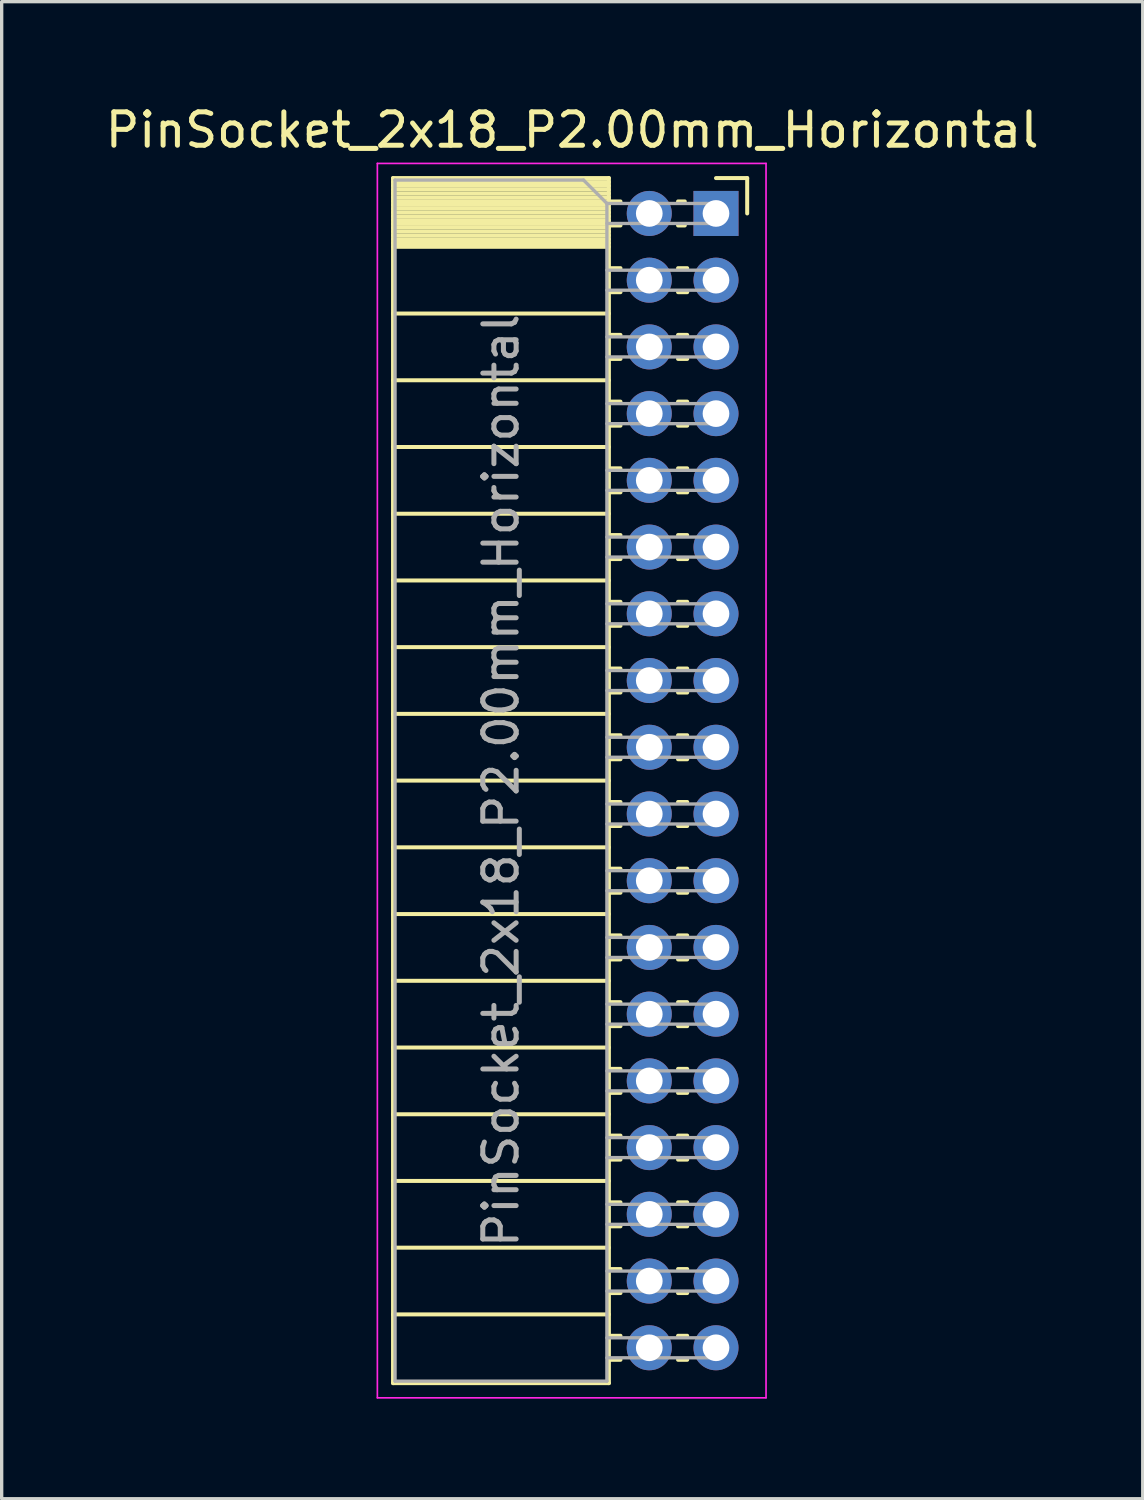
<source format=kicad_pcb>
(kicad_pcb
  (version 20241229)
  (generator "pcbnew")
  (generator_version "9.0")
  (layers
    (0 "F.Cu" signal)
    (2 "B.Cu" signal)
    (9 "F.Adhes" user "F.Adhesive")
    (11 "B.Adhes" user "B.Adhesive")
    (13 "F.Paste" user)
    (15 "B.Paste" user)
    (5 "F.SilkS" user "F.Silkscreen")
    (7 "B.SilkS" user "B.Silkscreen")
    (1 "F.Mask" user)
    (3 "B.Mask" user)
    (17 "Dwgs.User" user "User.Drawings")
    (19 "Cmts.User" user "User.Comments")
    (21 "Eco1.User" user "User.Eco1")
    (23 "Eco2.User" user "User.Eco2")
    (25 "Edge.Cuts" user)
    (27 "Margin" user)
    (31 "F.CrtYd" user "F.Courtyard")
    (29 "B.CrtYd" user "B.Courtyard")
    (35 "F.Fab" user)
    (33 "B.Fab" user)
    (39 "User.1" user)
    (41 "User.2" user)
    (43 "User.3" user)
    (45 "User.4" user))
  (footprint "PinSocket_2x18_P2.00mm_Horizontal"
    (layer "F.Cu")
    (at 18.411 3.348)
    (property "Reference" "PinSocket_2x18_P2.00mm_Horizontal" (at -4.31 -2.5 0) (layer "F.SilkS") (effects (font (size 1 1) (thickness 0.15))))
    (attr through_hole)
    (fp_line (start -9.68 -1.06) (end -9.68 35.06) (stroke (width 0.12) (type solid)) (layer "F.SilkS"))
    (fp_line (start -9.68 -1.06) (end -3.21 -1.06) (stroke (width 0.12) (type solid)) (layer "F.SilkS"))
    (fp_line (start -9.68 -0.94) (end -3.21 -0.94) (stroke (width 0.12) (type solid)) (layer "F.SilkS"))
    (fp_line (start -9.68 -0.826) (end -3.21 -0.826) (stroke (width 0.12) (type solid)) (layer "F.SilkS"))
    (fp_line (start -9.68 -0.712) (end -3.21 -0.712) (stroke (width 0.12) (type solid)) (layer "F.SilkS"))
    (fp_line (start -9.68 -0.598) (end -3.21 -0.598) (stroke (width 0.12) (type solid)) (layer "F.SilkS"))
    (fp_line (start -9.68 -0.484) (end -3.21 -0.484) (stroke (width 0.12) (type solid)) (layer "F.SilkS"))
    (fp_line (start -9.68 -0.369) (end -3.21 -0.369) (stroke (width 0.12) (type solid)) (layer "F.SilkS"))
    (fp_line (start -9.68 -0.255) (end -3.21 -0.255) (stroke (width 0.12) (type solid)) (layer "F.SilkS"))
    (fp_line (start -9.68 -0.141) (end -3.21 -0.141) (stroke (width 0.12) (type solid)) (layer "F.SilkS"))
    (fp_line (start -9.68 -0.027) (end -3.21 -0.027) (stroke (width 0.12) (type solid)) (layer "F.SilkS"))
    (fp_line (start -9.68 0.087) (end -3.21 0.087) (stroke (width 0.12) (type solid)) (layer "F.SilkS"))
    (fp_line (start -9.68 0.201) (end -3.21 0.201) (stroke (width 0.12) (type solid)) (layer "F.SilkS"))
    (fp_line (start -9.68 0.315) (end -3.21 0.315) (stroke (width 0.12) (type solid)) (layer "F.SilkS"))
    (fp_line (start -9.68 0.429) (end -3.21 0.429) (stroke (width 0.12) (type solid)) (layer "F.SilkS"))
    (fp_line (start -9.68 0.544) (end -3.21 0.544) (stroke (width 0.12) (type solid)) (layer "F.SilkS"))
    (fp_line (start -9.68 0.658) (end -3.21 0.658) (stroke (width 0.12) (type solid)) (layer "F.SilkS"))
    (fp_line (start -9.68 0.772) (end -3.21 0.772) (stroke (width 0.12) (type solid)) (layer "F.SilkS"))
    (fp_line (start -9.68 0.886) (end -3.21 0.886) (stroke (width 0.12) (type solid)) (layer "F.SilkS"))
    (fp_line (start -9.68 1) (end -3.21 1) (stroke (width 0.12) (type solid)) (layer "F.SilkS"))
    (fp_line (start -9.68 3) (end -3.21 3) (stroke (width 0.12) (type solid)) (layer "F.SilkS"))
    (fp_line (start -9.68 5) (end -3.21 5) (stroke (width 0.12) (type solid)) (layer "F.SilkS"))
    (fp_line (start -9.68 7) (end -3.21 7) (stroke (width 0.12) (type solid)) (layer "F.SilkS"))
    (fp_line (start -9.68 9) (end -3.21 9) (stroke (width 0.12) (type solid)) (layer "F.SilkS"))
    (fp_line (start -9.68 11) (end -3.21 11) (stroke (width 0.12) (type solid)) (layer "F.SilkS"))
    (fp_line (start -9.68 13) (end -3.21 13) (stroke (width 0.12) (type solid)) (layer "F.SilkS"))
    (fp_line (start -9.68 15) (end -3.21 15) (stroke (width 0.12) (type solid)) (layer "F.SilkS"))
    (fp_line (start -9.68 17) (end -3.21 17) (stroke (width 0.12) (type solid)) (layer "F.SilkS"))
    (fp_line (start -9.68 19) (end -3.21 19) (stroke (width 0.12) (type solid)) (layer "F.SilkS"))
    (fp_line (start -9.68 21) (end -3.21 21) (stroke (width 0.12) (type solid)) (layer "F.SilkS"))
    (fp_line (start -9.68 23) (end -3.21 23) (stroke (width 0.12) (type solid)) (layer "F.SilkS"))
    (fp_line (start -9.68 25) (end -3.21 25) (stroke (width 0.12) (type solid)) (layer "F.SilkS"))
    (fp_line (start -9.68 27) (end -3.21 27) (stroke (width 0.12) (type solid)) (layer "F.SilkS"))
    (fp_line (start -9.68 29) (end -3.21 29) (stroke (width 0.12) (type solid)) (layer "F.SilkS"))
    (fp_line (start -9.68 31) (end -3.21 31) (stroke (width 0.12) (type solid)) (layer "F.SilkS"))
    (fp_line (start -9.68 33) (end -3.21 33) (stroke (width 0.12) (type solid)) (layer "F.SilkS"))
    (fp_line (start -9.68 35.06) (end -3.21 35.06) (stroke (width 0.12) (type solid)) (layer "F.SilkS"))
    (fp_line (start -3.21 -1.06) (end -3.21 35.06) (stroke (width 0.12) (type solid)) (layer "F.SilkS"))
    (fp_line (start -3.21 -0.36) (end -2.863 -0.36) (stroke (width 0.12) (type solid)) (layer "F.SilkS"))
    (fp_line (start -3.21 0.36) (end -2.863 0.36) (stroke (width 0.12) (type solid)) (layer "F.SilkS"))
    (fp_line (start -3.21 1.64) (end -2.863 1.64) (stroke (width 0.12) (type solid)) (layer "F.SilkS"))
    (fp_line (start -3.21 2.36) (end -2.863 2.36) (stroke (width 0.12) (type solid)) (layer "F.SilkS"))
    (fp_line (start -3.21 3.64) (end -2.863 3.64) (stroke (width 0.12) (type solid)) (layer "F.SilkS"))
    (fp_line (start -3.21 4.36) (end -2.863 4.36) (stroke (width 0.12) (type solid)) (layer "F.SilkS"))
    (fp_line (start -3.21 5.64) (end -2.863 5.64) (stroke (width 0.12) (type solid)) (layer "F.SilkS"))
    (fp_line (start -3.21 6.36) (end -2.863 6.36) (stroke (width 0.12) (type solid)) (layer "F.SilkS"))
    (fp_line (start -3.21 7.64) (end -2.863 7.64) (stroke (width 0.12) (type solid)) (layer "F.SilkS"))
    (fp_line (start -3.21 8.36) (end -2.863 8.36) (stroke (width 0.12) (type solid)) (layer "F.SilkS"))
    (fp_line (start -3.21 9.64) (end -2.863 9.64) (stroke (width 0.12) (type solid)) (layer "F.SilkS"))
    (fp_line (start -3.21 10.36) (end -2.863 10.36) (stroke (width 0.12) (type solid)) (layer "F.SilkS"))
    (fp_line (start -3.21 11.64) (end -2.863 11.64) (stroke (width 0.12) (type solid)) (layer "F.SilkS"))
    (fp_line (start -3.21 12.36) (end -2.863 12.36) (stroke (width 0.12) (type solid)) (layer "F.SilkS"))
    (fp_line (start -3.21 13.64) (end -2.863 13.64) (stroke (width 0.12) (type solid)) (layer "F.SilkS"))
    (fp_line (start -3.21 14.36) (end -2.863 14.36) (stroke (width 0.12) (type solid)) (layer "F.SilkS"))
    (fp_line (start -3.21 15.64) (end -2.863 15.64) (stroke (width 0.12) (type solid)) (layer "F.SilkS"))
    (fp_line (start -3.21 16.36) (end -2.863 16.36) (stroke (width 0.12) (type solid)) (layer "F.SilkS"))
    (fp_line (start -3.21 17.64) (end -2.863 17.64) (stroke (width 0.12) (type solid)) (layer "F.SilkS"))
    (fp_line (start -3.21 18.36) (end -2.863 18.36) (stroke (width 0.12) (type solid)) (layer "F.SilkS"))
    (fp_line (start -3.21 19.64) (end -2.863 19.64) (stroke (width 0.12) (type solid)) (layer "F.SilkS"))
    (fp_line (start -3.21 20.36) (end -2.863 20.36) (stroke (width 0.12) (type solid)) (layer "F.SilkS"))
    (fp_line (start -3.21 21.64) (end -2.863 21.64) (stroke (width 0.12) (type solid)) (layer "F.SilkS"))
    (fp_line (start -3.21 22.36) (end -2.863 22.36) (stroke (width 0.12) (type solid)) (layer "F.SilkS"))
    (fp_line (start -3.21 23.64) (end -2.863 23.64) (stroke (width 0.12) (type solid)) (layer "F.SilkS"))
    (fp_line (start -3.21 24.36) (end -2.863 24.36) (stroke (width 0.12) (type solid)) (layer "F.SilkS"))
    (fp_line (start -3.21 25.64) (end -2.863 25.64) (stroke (width 0.12) (type solid)) (layer "F.SilkS"))
    (fp_line (start -3.21 26.36) (end -2.863 26.36) (stroke (width 0.12) (type solid)) (layer "F.SilkS"))
    (fp_line (start -3.21 27.64) (end -2.863 27.64) (stroke (width 0.12) (type solid)) (layer "F.SilkS"))
    (fp_line (start -3.21 28.36) (end -2.863 28.36) (stroke (width 0.12) (type solid)) (layer "F.SilkS"))
    (fp_line (start -3.21 29.64) (end -2.863 29.64) (stroke (width 0.12) (type solid)) (layer "F.SilkS"))
    (fp_line (start -3.21 30.36) (end -2.863 30.36) (stroke (width 0.12) (type solid)) (layer "F.SilkS"))
    (fp_line (start -3.21 31.64) (end -2.863 31.64) (stroke (width 0.12) (type solid)) (layer "F.SilkS"))
    (fp_line (start -3.21 32.36) (end -2.863 32.36) (stroke (width 0.12) (type solid)) (layer "F.SilkS"))
    (fp_line (start -3.21 33.64) (end -2.863 33.64) (stroke (width 0.12) (type solid)) (layer "F.SilkS"))
    (fp_line (start -3.21 34.36) (end -2.863 34.36) (stroke (width 0.12) (type solid)) (layer "F.SilkS"))
    (fp_line (start -1.137 -0.36) (end -0.935 -0.36) (stroke (width 0.12) (type solid)) (layer "F.SilkS"))
    (fp_line (start -1.137 0.36) (end -0.935 0.36) (stroke (width 0.12) (type solid)) (layer "F.SilkS"))
    (fp_line (start -1.137 1.64) (end -0.863 1.64) (stroke (width 0.12) (type solid)) (layer "F.SilkS"))
    (fp_line (start -1.137 2.36) (end -0.863 2.36) (stroke (width 0.12) (type solid)) (layer "F.SilkS"))
    (fp_line (start -1.137 3.64) (end -0.863 3.64) (stroke (width 0.12) (type solid)) (layer "F.SilkS"))
    (fp_line (start -1.137 4.36) (end -0.863 4.36) (stroke (width 0.12) (type solid)) (layer "F.SilkS"))
    (fp_line (start -1.137 5.64) (end -0.863 5.64) (stroke (width 0.12) (type solid)) (layer "F.SilkS"))
    (fp_line (start -1.137 6.36) (end -0.863 6.36) (stroke (width 0.12) (type solid)) (layer "F.SilkS"))
    (fp_line (start -1.137 7.64) (end -0.863 7.64) (stroke (width 0.12) (type solid)) (layer "F.SilkS"))
    (fp_line (start -1.137 8.36) (end -0.863 8.36) (stroke (width 0.12) (type solid)) (layer "F.SilkS"))
    (fp_line (start -1.137 9.64) (end -0.863 9.64) (stroke (width 0.12) (type solid)) (layer "F.SilkS"))
    (fp_line (start -1.137 10.36) (end -0.863 10.36) (stroke (width 0.12) (type solid)) (layer "F.SilkS"))
    (fp_line (start -1.137 11.64) (end -0.863 11.64) (stroke (width 0.12) (type solid)) (layer "F.SilkS"))
    (fp_line (start -1.137 12.36) (end -0.863 12.36) (stroke (width 0.12) (type solid)) (layer "F.SilkS"))
    (fp_line (start -1.137 13.64) (end -0.863 13.64) (stroke (width 0.12) (type solid)) (layer "F.SilkS"))
    (fp_line (start -1.137 14.36) (end -0.863 14.36) (stroke (width 0.12) (type solid)) (layer "F.SilkS"))
    (fp_line (start -1.137 15.64) (end -0.863 15.64) (stroke (width 0.12) (type solid)) (layer "F.SilkS"))
    (fp_line (start -1.137 16.36) (end -0.863 16.36) (stroke (width 0.12) (type solid)) (layer "F.SilkS"))
    (fp_line (start -1.137 17.64) (end -0.863 17.64) (stroke (width 0.12) (type solid)) (layer "F.SilkS"))
    (fp_line (start -1.137 18.36) (end -0.863 18.36) (stroke (width 0.12) (type solid)) (layer "F.SilkS"))
    (fp_line (start -1.137 19.64) (end -0.863 19.64) (stroke (width 0.12) (type solid)) (layer "F.SilkS"))
    (fp_line (start -1.137 20.36) (end -0.863 20.36) (stroke (width 0.12) (type solid)) (layer "F.SilkS"))
    (fp_line (start -1.137 21.64) (end -0.863 21.64) (stroke (width 0.12) (type solid)) (layer "F.SilkS"))
    (fp_line (start -1.137 22.36) (end -0.863 22.36) (stroke (width 0.12) (type solid)) (layer "F.SilkS"))
    (fp_line (start -1.137 23.64) (end -0.863 23.64) (stroke (width 0.12) (type solid)) (layer "F.SilkS"))
    (fp_line (start -1.137 24.36) (end -0.863 24.36) (stroke (width 0.12) (type solid)) (layer "F.SilkS"))
    (fp_line (start -1.137 25.64) (end -0.863 25.64) (stroke (width 0.12) (type solid)) (layer "F.SilkS"))
    (fp_line (start -1.137 26.36) (end -0.863 26.36) (stroke (width 0.12) (type solid)) (layer "F.SilkS"))
    (fp_line (start -1.137 27.64) (end -0.863 27.64) (stroke (width 0.12) (type solid)) (layer "F.SilkS"))
    (fp_line (start -1.137 28.36) (end -0.863 28.36) (stroke (width 0.12) (type solid)) (layer "F.SilkS"))
    (fp_line (start -1.137 29.64) (end -0.863 29.64) (stroke (width 0.12) (type solid)) (layer "F.SilkS"))
    (fp_line (start -1.137 30.36) (end -0.863 30.36) (stroke (width 0.12) (type solid)) (layer "F.SilkS"))
    (fp_line (start -1.137 31.64) (end -0.863 31.64) (stroke (width 0.12) (type solid)) (layer "F.SilkS"))
    (fp_line (start -1.137 32.36) (end -0.863 32.36) (stroke (width 0.12) (type solid)) (layer "F.SilkS"))
    (fp_line (start -1.137 33.64) (end -0.863 33.64) (stroke (width 0.12) (type solid)) (layer "F.SilkS"))
    (fp_line (start -1.137 34.36) (end -0.863 34.36) (stroke (width 0.12) (type solid)) (layer "F.SilkS"))
    (fp_line (start 0 -1.06) (end 0.935 -1.06) (stroke (width 0.12) (type solid)) (layer "F.SilkS"))
    (fp_line (start 0.935 -1.06) (end 0.935 0) (stroke (width 0.12) (type solid)) (layer "F.SilkS"))
    (fp_line (start -10.15 -1.5) (end -10.15 35.5) (stroke (width 0.05) (type solid)) (layer "F.CrtYd"))
    (fp_line (start -10.15 35.5) (end 1.5 35.5) (stroke (width 0.05) (type solid)) (layer "F.CrtYd"))
    (fp_line (start 1.5 -1.5) (end -10.15 -1.5) (stroke (width 0.05) (type solid)) (layer "F.CrtYd"))
    (fp_line (start 1.5 35.5) (end 1.5 -1.5) (stroke (width 0.05) (type solid)) (layer "F.CrtYd"))
    (fp_line (start -9.62 -1) (end -3.97 -1) (stroke (width 0.1) (type solid)) (layer "F.Fab"))
    (fp_line (start -9.62 35) (end -9.62 -1) (stroke (width 0.1) (type solid)) (layer "F.Fab"))
    (fp_line (start -3.97 -1) (end -3.27 -0.3) (stroke (width 0.1) (type solid)) (layer "F.Fab"))
    (fp_line (start -3.27 -0.3) (end -3.27 35) (stroke (width 0.1) (type solid)) (layer "F.Fab"))
    (fp_line (start -3.27 0.3) (end 0 0.3) (stroke (width 0.1) (type solid)) (layer "F.Fab"))
    (fp_line (start -3.27 2.3) (end 0 2.3) (stroke (width 0.1) (type solid)) (layer "F.Fab"))
    (fp_line (start -3.27 4.3) (end 0 4.3) (stroke (width 0.1) (type solid)) (layer "F.Fab"))
    (fp_line (start -3.27 6.3) (end 0 6.3) (stroke (width 0.1) (type solid)) (layer "F.Fab"))
    (fp_line (start -3.27 8.3) (end 0 8.3) (stroke (width 0.1) (type solid)) (layer "F.Fab"))
    (fp_line (start -3.27 10.3) (end 0 10.3) (stroke (width 0.1) (type solid)) (layer "F.Fab"))
    (fp_line (start -3.27 12.3) (end 0 12.3) (stroke (width 0.1) (type solid)) (layer "F.Fab"))
    (fp_line (start -3.27 14.3) (end 0 14.3) (stroke (width 0.1) (type solid)) (layer "F.Fab"))
    (fp_line (start -3.27 16.3) (end 0 16.3) (stroke (width 0.1) (type solid)) (layer "F.Fab"))
    (fp_line (start -3.27 18.3) (end 0 18.3) (stroke (width 0.1) (type solid)) (layer "F.Fab"))
    (fp_line (start -3.27 20.3) (end 0 20.3) (stroke (width 0.1) (type solid)) (layer "F.Fab"))
    (fp_line (start -3.27 22.3) (end 0 22.3) (stroke (width 0.1) (type solid)) (layer "F.Fab"))
    (fp_line (start -3.27 24.3) (end 0 24.3) (stroke (width 0.1) (type solid)) (layer "F.Fab"))
    (fp_line (start -3.27 26.3) (end 0 26.3) (stroke (width 0.1) (type solid)) (layer "F.Fab"))
    (fp_line (start -3.27 28.3) (end 0 28.3) (stroke (width 0.1) (type solid)) (layer "F.Fab"))
    (fp_line (start -3.27 30.3) (end 0 30.3) (stroke (width 0.1) (type solid)) (layer "F.Fab"))
    (fp_line (start -3.27 32.3) (end 0 32.3) (stroke (width 0.1) (type solid)) (layer "F.Fab"))
    (fp_line (start -3.27 34.3) (end 0 34.3) (stroke (width 0.1) (type solid)) (layer "F.Fab"))
    (fp_line (start -3.27 35) (end -9.62 35) (stroke (width 0.1) (type solid)) (layer "F.Fab"))
    (fp_line (start 0 -0.3) (end -3.27 -0.3) (stroke (width 0.1) (type solid)) (layer "F.Fab"))
    (fp_line (start 0 0.3) (end 0 -0.3) (stroke (width 0.1) (type solid)) (layer "F.Fab"))
    (fp_line (start 0 1.7) (end -3.27 1.7) (stroke (width 0.1) (type solid)) (layer "F.Fab"))
    (fp_line (start 0 2.3) (end 0 1.7) (stroke (width 0.1) (type solid)) (layer "F.Fab"))
    (fp_line (start 0 3.7) (end -3.27 3.7) (stroke (width 0.1) (type solid)) (layer "F.Fab"))
    (fp_line (start 0 4.3) (end 0 3.7) (stroke (width 0.1) (type solid)) (layer "F.Fab"))
    (fp_line (start 0 5.7) (end -3.27 5.7) (stroke (width 0.1) (type solid)) (layer "F.Fab"))
    (fp_line (start 0 6.3) (end 0 5.7) (stroke (width 0.1) (type solid)) (layer "F.Fab"))
    (fp_line (start 0 7.7) (end -3.27 7.7) (stroke (width 0.1) (type solid)) (layer "F.Fab"))
    (fp_line (start 0 8.3) (end 0 7.7) (stroke (width 0.1) (type solid)) (layer "F.Fab"))
    (fp_line (start 0 9.7) (end -3.27 9.7) (stroke (width 0.1) (type solid)) (layer "F.Fab"))
    (fp_line (start 0 10.3) (end 0 9.7) (stroke (width 0.1) (type solid)) (layer "F.Fab"))
    (fp_line (start 0 11.7) (end -3.27 11.7) (stroke (width 0.1) (type solid)) (layer "F.Fab"))
    (fp_line (start 0 12.3) (end 0 11.7) (stroke (width 0.1) (type solid)) (layer "F.Fab"))
    (fp_line (start 0 13.7) (end -3.27 13.7) (stroke (width 0.1) (type solid)) (layer "F.Fab"))
    (fp_line (start 0 14.3) (end 0 13.7) (stroke (width 0.1) (type solid)) (layer "F.Fab"))
    (fp_line (start 0 15.7) (end -3.27 15.7) (stroke (width 0.1) (type solid)) (layer "F.Fab"))
    (fp_line (start 0 16.3) (end 0 15.7) (stroke (width 0.1) (type solid)) (layer "F.Fab"))
    (fp_line (start 0 17.7) (end -3.27 17.7) (stroke (width 0.1) (type solid)) (layer "F.Fab"))
    (fp_line (start 0 18.3) (end 0 17.7) (stroke (width 0.1) (type solid)) (layer "F.Fab"))
    (fp_line (start 0 19.7) (end -3.27 19.7) (stroke (width 0.1) (type solid)) (layer "F.Fab"))
    (fp_line (start 0 20.3) (end 0 19.7) (stroke (width 0.1) (type solid)) (layer "F.Fab"))
    (fp_line (start 0 21.7) (end -3.27 21.7) (stroke (width 0.1) (type solid)) (layer "F.Fab"))
    (fp_line (start 0 22.3) (end 0 21.7) (stroke (width 0.1) (type solid)) (layer "F.Fab"))
    (fp_line (start 0 23.7) (end -3.27 23.7) (stroke (width 0.1) (type solid)) (layer "F.Fab"))
    (fp_line (start 0 24.3) (end 0 23.7) (stroke (width 0.1) (type solid)) (layer "F.Fab"))
    (fp_line (start 0 25.7) (end -3.27 25.7) (stroke (width 0.1) (type solid)) (layer "F.Fab"))
    (fp_line (start 0 26.3) (end 0 25.7) (stroke (width 0.1) (type solid)) (layer "F.Fab"))
    (fp_line (start 0 27.7) (end -3.27 27.7) (stroke (width 0.1) (type solid)) (layer "F.Fab"))
    (fp_line (start 0 28.3) (end 0 27.7) (stroke (width 0.1) (type solid)) (layer "F.Fab"))
    (fp_line (start 0 29.7) (end -3.27 29.7) (stroke (width 0.1) (type solid)) (layer "F.Fab"))
    (fp_line (start 0 30.3) (end 0 29.7) (stroke (width 0.1) (type solid)) (layer "F.Fab"))
    (fp_line (start 0 31.7) (end -3.27 31.7) (stroke (width 0.1) (type solid)) (layer "F.Fab"))
    (fp_line (start 0 32.3) (end 0 31.7) (stroke (width 0.1) (type solid)) (layer "F.Fab"))
    (fp_line (start 0 33.7) (end -3.27 33.7) (stroke (width 0.1) (type solid)) (layer "F.Fab"))
    (fp_line (start 0 34.3) (end 0 33.7) (stroke (width 0.1) (type solid)) (layer "F.Fab"))
    (fp_text user "${REFERENCE}" (at -6.445 17 90) (layer "F.Fab") (effects (font (size 1 1) (thickness 0.15))))
    (pad "1" thru_hole rect (at 0 0) (size 1.35 1.35) (drill 0.8) (layers "*.Cu" "*.Mask"))
    (pad "2" thru_hole circle (at -2 0) (size 1.35 1.35) (drill 0.8) (layers "*.Cu" "*.Mask"))
    (pad "3" thru_hole circle (at 0 2) (size 1.35 1.35) (drill 0.8) (layers "*.Cu" "*.Mask"))
    (pad "4" thru_hole circle (at -2 2) (size 1.35 1.35) (drill 0.8) (layers "*.Cu" "*.Mask"))
    (pad "5" thru_hole circle (at 0 4) (size 1.35 1.35) (drill 0.8) (layers "*.Cu" "*.Mask"))
    (pad "6" thru_hole circle (at -2 4) (size 1.35 1.35) (drill 0.8) (layers "*.Cu" "*.Mask"))
    (pad "7" thru_hole circle (at 0 6) (size 1.35 1.35) (drill 0.8) (layers "*.Cu" "*.Mask"))
    (pad "8" thru_hole circle (at -2 6) (size 1.35 1.35) (drill 0.8) (layers "*.Cu" "*.Mask"))
    (pad "9" thru_hole circle (at 0 8) (size 1.35 1.35) (drill 0.8) (layers "*.Cu" "*.Mask"))
    (pad "10" thru_hole circle (at -2 8) (size 1.35 1.35) (drill 0.8) (layers "*.Cu" "*.Mask"))
    (pad "11" thru_hole circle (at 0 10) (size 1.35 1.35) (drill 0.8) (layers "*.Cu" "*.Mask"))
    (pad "12" thru_hole circle (at -2 10) (size 1.35 1.35) (drill 0.8) (layers "*.Cu" "*.Mask"))
    (pad "13" thru_hole circle (at 0 12) (size 1.35 1.35) (drill 0.8) (layers "*.Cu" "*.Mask"))
    (pad "14" thru_hole circle (at -2 12) (size 1.35 1.35) (drill 0.8) (layers "*.Cu" "*.Mask"))
    (pad "15" thru_hole circle (at 0 14) (size 1.35 1.35) (drill 0.8) (layers "*.Cu" "*.Mask"))
    (pad "16" thru_hole circle (at -2 14) (size 1.35 1.35) (drill 0.8) (layers "*.Cu" "*.Mask"))
    (pad "17" thru_hole circle (at 0 16) (size 1.35 1.35) (drill 0.8) (layers "*.Cu" "*.Mask"))
    (pad "18" thru_hole circle (at -2 16) (size 1.35 1.35) (drill 0.8) (layers "*.Cu" "*.Mask"))
    (pad "19" thru_hole circle (at 0 18) (size 1.35 1.35) (drill 0.8) (layers "*.Cu" "*.Mask"))
    (pad "20" thru_hole circle (at -2 18) (size 1.35 1.35) (drill 0.8) (layers "*.Cu" "*.Mask"))
    (pad "21" thru_hole circle (at 0 20) (size 1.35 1.35) (drill 0.8) (layers "*.Cu" "*.Mask"))
    (pad "22" thru_hole circle (at -2 20) (size 1.35 1.35) (drill 0.8) (layers "*.Cu" "*.Mask"))
    (pad "23" thru_hole circle (at 0 22) (size 1.35 1.35) (drill 0.8) (layers "*.Cu" "*.Mask"))
    (pad "24" thru_hole circle (at -2 22) (size 1.35 1.35) (drill 0.8) (layers "*.Cu" "*.Mask"))
    (pad "25" thru_hole circle (at 0 24) (size 1.35 1.35) (drill 0.8) (layers "*.Cu" "*.Mask"))
    (pad "26" thru_hole circle (at -2 24) (size 1.35 1.35) (drill 0.8) (layers "*.Cu" "*.Mask"))
    (pad "27" thru_hole circle (at 0 26) (size 1.35 1.35) (drill 0.8) (layers "*.Cu" "*.Mask"))
    (pad "28" thru_hole circle (at -2 26) (size 1.35 1.35) (drill 0.8) (layers "*.Cu" "*.Mask"))
    (pad "29" thru_hole circle (at 0 28) (size 1.35 1.35) (drill 0.8) (layers "*.Cu" "*.Mask"))
    (pad "30" thru_hole circle (at -2 28) (size 1.35 1.35) (drill 0.8) (layers "*.Cu" "*.Mask"))
    (pad "31" thru_hole circle (at 0 30) (size 1.35 1.35) (drill 0.8) (layers "*.Cu" "*.Mask"))
    (pad "32" thru_hole circle (at -2 30) (size 1.35 1.35) (drill 0.8) (layers "*.Cu" "*.Mask"))
    (pad "33" thru_hole circle (at 0 32) (size 1.35 1.35) (drill 0.8) (layers "*.Cu" "*.Mask"))
    (pad "34" thru_hole circle (at -2 32) (size 1.35 1.35) (drill 0.8) (layers "*.Cu" "*.Mask"))
    (pad "35" thru_hole circle (at 0 34) (size 1.35 1.35) (drill 0.8) (layers "*.Cu" "*.Mask"))
    (pad "36" thru_hole circle (at -2 34) (size 1.35 1.35) (drill 0.8) (layers "*.Cu" "*.Mask")))
  (gr_rect
    (start -3 -3)
    (end 31.202 41.873)
    (stroke (width 0.1) (type default))
    (fill no)
    (layer "Edge.Cuts")))
</source>
